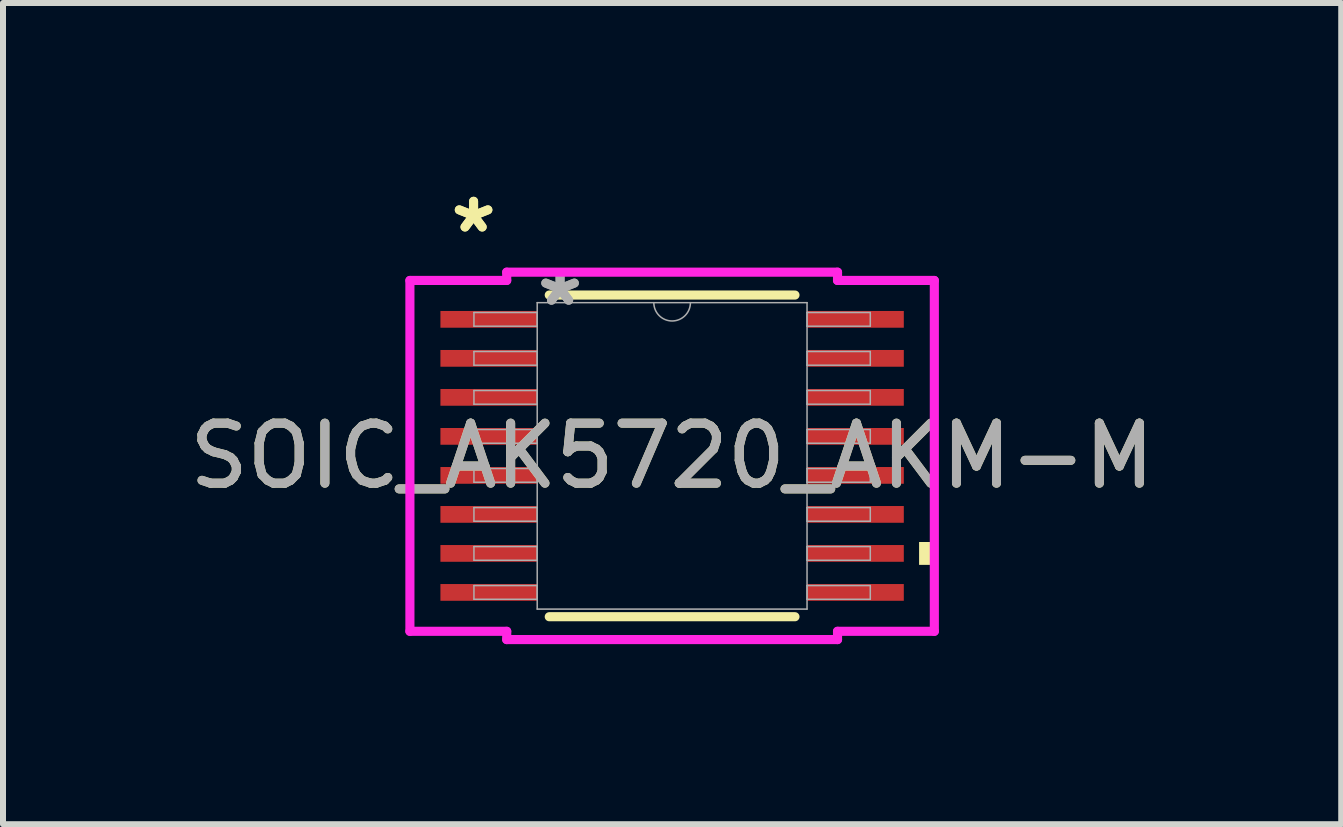
<source format=kicad_pcb>
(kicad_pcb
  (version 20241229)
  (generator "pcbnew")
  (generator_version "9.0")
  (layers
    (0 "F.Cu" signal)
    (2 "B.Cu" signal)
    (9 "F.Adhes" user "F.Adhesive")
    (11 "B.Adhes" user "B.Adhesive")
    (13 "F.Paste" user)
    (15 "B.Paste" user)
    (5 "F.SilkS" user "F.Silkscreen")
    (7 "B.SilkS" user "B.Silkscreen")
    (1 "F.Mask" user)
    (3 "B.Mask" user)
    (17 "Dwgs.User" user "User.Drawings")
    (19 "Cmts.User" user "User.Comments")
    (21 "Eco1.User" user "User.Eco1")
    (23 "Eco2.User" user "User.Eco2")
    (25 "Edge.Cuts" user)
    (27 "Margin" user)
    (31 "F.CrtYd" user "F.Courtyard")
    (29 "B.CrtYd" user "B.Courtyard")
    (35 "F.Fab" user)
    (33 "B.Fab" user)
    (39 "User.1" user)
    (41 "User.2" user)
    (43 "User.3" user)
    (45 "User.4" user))
  (footprint "SOIC_AK5720_AKM-M"
    (layer "F.Cu")
    (at 8.149 4.546)
    (property "Reference" "SOIC_AK5720_AKM-M" (at 0 0 0) (unlocked yes) (layer "F.SilkS") (effects (font (size 1 1) (thickness 0.15))))
    (attr smd)
    (fp_line (start -2.047 2.68) (end 2.047 2.68) (stroke (width 0.152) (type solid)) (layer "F.SilkS"))
    (fp_line (start 2.047 -2.68) (end -2.047 -2.68) (stroke (width 0.152) (type solid)) (layer "F.SilkS"))
    (fp_poly (pts (xy 4.369 1.435) (xy 4.369 1.816) (xy 4.115 1.816) (xy 4.115 1.435)) (stroke (width 0) (type solid)) (fill yes) (layer "F.SilkS"))
    (fp_line (start -4.369 -2.923) (end -2.756 -2.923) (stroke (width 0.152) (type solid)) (layer "F.CrtYd"))
    (fp_line (start -4.369 2.923) (end -4.369 -2.923) (stroke (width 0.152) (type solid)) (layer "F.CrtYd"))
    (fp_line (start -4.369 2.923) (end -2.756 2.923) (stroke (width 0.152) (type solid)) (layer "F.CrtYd"))
    (fp_line (start -2.756 -3.061) (end 2.756 -3.061) (stroke (width 0.152) (type solid)) (layer "F.CrtYd"))
    (fp_line (start -2.756 -2.923) (end -2.756 -3.061) (stroke (width 0.152) (type solid)) (layer "F.CrtYd"))
    (fp_line (start -2.756 3.061) (end -2.756 2.923) (stroke (width 0.152) (type solid)) (layer "F.CrtYd"))
    (fp_line (start 2.756 -3.061) (end 2.756 -2.923) (stroke (width 0.152) (type solid)) (layer "F.CrtYd"))
    (fp_line (start 2.756 2.923) (end 2.756 3.061) (stroke (width 0.152) (type solid)) (layer "F.CrtYd"))
    (fp_line (start 2.756 3.061) (end -2.756 3.061) (stroke (width 0.152) (type solid)) (layer "F.CrtYd"))
    (fp_line (start 4.369 -2.923) (end 2.756 -2.923) (stroke (width 0.152) (type solid)) (layer "F.CrtYd"))
    (fp_line (start 4.369 -2.923) (end 4.369 2.923) (stroke (width 0.152) (type solid)) (layer "F.CrtYd"))
    (fp_line (start 4.369 2.923) (end 2.756 2.923) (stroke (width 0.152) (type solid)) (layer "F.CrtYd"))
    (fp_line (start -3.302 -2.389) (end -3.302 -2.161) (stroke (width 0.025) (type solid)) (layer "F.Fab"))
    (fp_line (start -3.302 -2.161) (end -2.248 -2.161) (stroke (width 0.025) (type solid)) (layer "F.Fab"))
    (fp_line (start -3.302 -1.739) (end -3.302 -1.511) (stroke (width 0.025) (type solid)) (layer "F.Fab"))
    (fp_line (start -3.302 -1.511) (end -2.248 -1.511) (stroke (width 0.025) (type solid)) (layer "F.Fab"))
    (fp_line (start -3.302 -1.089) (end -3.302 -0.861) (stroke (width 0.025) (type solid)) (layer "F.Fab"))
    (fp_line (start -3.302 -0.861) (end -2.248 -0.861) (stroke (width 0.025) (type solid)) (layer "F.Fab"))
    (fp_line (start -3.302 -0.439) (end -3.302 -0.211) (stroke (width 0.025) (type solid)) (layer "F.Fab"))
    (fp_line (start -3.302 -0.211) (end -2.248 -0.211) (stroke (width 0.025) (type solid)) (layer "F.Fab"))
    (fp_line (start -3.302 0.211) (end -3.302 0.439) (stroke (width 0.025) (type solid)) (layer "F.Fab"))
    (fp_line (start -3.302 0.439) (end -2.248 0.439) (stroke (width 0.025) (type solid)) (layer "F.Fab"))
    (fp_line (start -3.302 0.861) (end -3.302 1.089) (stroke (width 0.025) (type solid)) (layer "F.Fab"))
    (fp_line (start -3.302 1.089) (end -2.248 1.089) (stroke (width 0.025) (type solid)) (layer "F.Fab"))
    (fp_line (start -3.302 1.511) (end -3.302 1.739) (stroke (width 0.025) (type solid)) (layer "F.Fab"))
    (fp_line (start -3.302 1.739) (end -2.248 1.739) (stroke (width 0.025) (type solid)) (layer "F.Fab"))
    (fp_line (start -3.302 2.161) (end -3.302 2.389) (stroke (width 0.025) (type solid)) (layer "F.Fab"))
    (fp_line (start -3.302 2.389) (end -2.248 2.389) (stroke (width 0.025) (type solid)) (layer "F.Fab"))
    (fp_line (start -2.248 -2.553) (end -2.248 2.553) (stroke (width 0.025) (type solid)) (layer "F.Fab"))
    (fp_line (start -2.248 -2.389) (end -3.302 -2.389) (stroke (width 0.025) (type solid)) (layer "F.Fab"))
    (fp_line (start -2.248 -2.161) (end -2.248 -2.389) (stroke (width 0.025) (type solid)) (layer "F.Fab"))
    (fp_line (start -2.248 -1.739) (end -3.302 -1.739) (stroke (width 0.025) (type solid)) (layer "F.Fab"))
    (fp_line (start -2.248 -1.511) (end -2.248 -1.739) (stroke (width 0.025) (type solid)) (layer "F.Fab"))
    (fp_line (start -2.248 -1.089) (end -3.302 -1.089) (stroke (width 0.025) (type solid)) (layer "F.Fab"))
    (fp_line (start -2.248 -0.861) (end -2.248 -1.089) (stroke (width 0.025) (type solid)) (layer "F.Fab"))
    (fp_line (start -2.248 -0.439) (end -3.302 -0.439) (stroke (width 0.025) (type solid)) (layer "F.Fab"))
    (fp_line (start -2.248 -0.211) (end -2.248 -0.439) (stroke (width 0.025) (type solid)) (layer "F.Fab"))
    (fp_line (start -2.248 0.211) (end -3.302 0.211) (stroke (width 0.025) (type solid)) (layer "F.Fab"))
    (fp_line (start -2.248 0.439) (end -2.248 0.211) (stroke (width 0.025) (type solid)) (layer "F.Fab"))
    (fp_line (start -2.248 0.861) (end -3.302 0.861) (stroke (width 0.025) (type solid)) (layer "F.Fab"))
    (fp_line (start -2.248 1.089) (end -2.248 0.861) (stroke (width 0.025) (type solid)) (layer "F.Fab"))
    (fp_line (start -2.248 1.511) (end -3.302 1.511) (stroke (width 0.025) (type solid)) (layer "F.Fab"))
    (fp_line (start -2.248 1.739) (end -2.248 1.511) (stroke (width 0.025) (type solid)) (layer "F.Fab"))
    (fp_line (start -2.248 2.161) (end -3.302 2.161) (stroke (width 0.025) (type solid)) (layer "F.Fab"))
    (fp_line (start -2.248 2.389) (end -2.248 2.161) (stroke (width 0.025) (type solid)) (layer "F.Fab"))
    (fp_line (start -2.248 2.553) (end 2.248 2.553) (stroke (width 0.025) (type solid)) (layer "F.Fab"))
    (fp_line (start 2.248 -2.553) (end -2.248 -2.553) (stroke (width 0.025) (type solid)) (layer "F.Fab"))
    (fp_line (start 2.248 -2.389) (end 2.248 -2.161) (stroke (width 0.025) (type solid)) (layer "F.Fab"))
    (fp_line (start 2.248 -2.161) (end 3.302 -2.161) (stroke (width 0.025) (type solid)) (layer "F.Fab"))
    (fp_line (start 2.248 -1.739) (end 2.248 -1.511) (stroke (width 0.025) (type solid)) (layer "F.Fab"))
    (fp_line (start 2.248 -1.511) (end 3.302 -1.511) (stroke (width 0.025) (type solid)) (layer "F.Fab"))
    (fp_line (start 2.248 -1.089) (end 2.248 -0.861) (stroke (width 0.025) (type solid)) (layer "F.Fab"))
    (fp_line (start 2.248 -0.861) (end 3.302 -0.861) (stroke (width 0.025) (type solid)) (layer "F.Fab"))
    (fp_line (start 2.248 -0.439) (end 2.248 -0.211) (stroke (width 0.025) (type solid)) (layer "F.Fab"))
    (fp_line (start 2.248 -0.211) (end 3.302 -0.211) (stroke (width 0.025) (type solid)) (layer "F.Fab"))
    (fp_line (start 2.248 0.211) (end 2.248 0.439) (stroke (width 0.025) (type solid)) (layer "F.Fab"))
    (fp_line (start 2.248 0.439) (end 3.302 0.439) (stroke (width 0.025) (type solid)) (layer "F.Fab"))
    (fp_line (start 2.248 0.861) (end 2.248 1.089) (stroke (width 0.025) (type solid)) (layer "F.Fab"))
    (fp_line (start 2.248 1.089) (end 3.302 1.089) (stroke (width 0.025) (type solid)) (layer "F.Fab"))
    (fp_line (start 2.248 1.511) (end 2.248 1.739) (stroke (width 0.025) (type solid)) (layer "F.Fab"))
    (fp_line (start 2.248 1.739) (end 3.302 1.739) (stroke (width 0.025) (type solid)) (layer "F.Fab"))
    (fp_line (start 2.248 2.161) (end 2.248 2.389) (stroke (width 0.025) (type solid)) (layer "F.Fab"))
    (fp_line (start 2.248 2.389) (end 3.302 2.389) (stroke (width 0.025) (type solid)) (layer "F.Fab"))
    (fp_line (start 2.248 2.553) (end 2.248 -2.553) (stroke (width 0.025) (type solid)) (layer "F.Fab"))
    (fp_line (start 3.302 -2.389) (end 2.248 -2.389) (stroke (width 0.025) (type solid)) (layer "F.Fab"))
    (fp_line (start 3.302 -2.161) (end 3.302 -2.389) (stroke (width 0.025) (type solid)) (layer "F.Fab"))
    (fp_line (start 3.302 -1.739) (end 2.248 -1.739) (stroke (width 0.025) (type solid)) (layer "F.Fab"))
    (fp_line (start 3.302 -1.511) (end 3.302 -1.739) (stroke (width 0.025) (type solid)) (layer "F.Fab"))
    (fp_line (start 3.302 -1.089) (end 2.248 -1.089) (stroke (width 0.025) (type solid)) (layer "F.Fab"))
    (fp_line (start 3.302 -0.861) (end 3.302 -1.089) (stroke (width 0.025) (type solid)) (layer "F.Fab"))
    (fp_line (start 3.302 -0.439) (end 2.248 -0.439) (stroke (width 0.025) (type solid)) (layer "F.Fab"))
    (fp_line (start 3.302 -0.211) (end 3.302 -0.439) (stroke (width 0.025) (type solid)) (layer "F.Fab"))
    (fp_line (start 3.302 0.211) (end 2.248 0.211) (stroke (width 0.025) (type solid)) (layer "F.Fab"))
    (fp_line (start 3.302 0.439) (end 3.302 0.211) (stroke (width 0.025) (type solid)) (layer "F.Fab"))
    (fp_line (start 3.302 0.861) (end 2.248 0.861) (stroke (width 0.025) (type solid)) (layer "F.Fab"))
    (fp_line (start 3.302 1.089) (end 3.302 0.861) (stroke (width 0.025) (type solid)) (layer "F.Fab"))
    (fp_line (start 3.302 1.511) (end 2.248 1.511) (stroke (width 0.025) (type solid)) (layer "F.Fab"))
    (fp_line (start 3.302 1.739) (end 3.302 1.511) (stroke (width 0.025) (type solid)) (layer "F.Fab"))
    (fp_line (start 3.302 2.161) (end 2.248 2.161) (stroke (width 0.025) (type solid)) (layer "F.Fab"))
    (fp_line (start 3.302 2.389) (end 3.302 2.161) (stroke (width 0.025) (type solid)) (layer "F.Fab"))
    (fp_arc (start 0.3048 -2.5527) (mid 0 -2.2479) (end -0.3048 -2.5527) (stroke (width 0.0254) (type solid)) (layer "F.Fab"))
    (fp_text user "*" (at -3.308 -3.697 0) (layer "F.SilkS") (effects (font (size 1 1) (thickness 0.15))))
    (fp_text user "*" (at -3.308 -3.697 0) (unlocked yes) (layer "F.SilkS") (effects (font (size 1 1) (thickness 0.15))))
    (fp_text user "*" (at -1.867 -2.477 0) (unlocked yes) (layer "F.Fab") (effects (font (size 1 1) (thickness 0.15))))
    (fp_text user "*" (at -1.867 -2.477 0) (layer "F.Fab") (effects (font (size 1 1) (thickness 0.15))))
    (fp_text user "${REFERENCE}" (at 0 0 0) (unlocked yes) (layer "F.Fab") (effects (font (size 1 1) (thickness 0.15))))
    (pad "1" smd rect (at -3.054 -2.275) (size 1.613 0.279) (layers "F.Cu" "F.Mask" "F.Paste"))
    (pad "2" smd rect (at -3.054 -1.625) (size 1.613 0.279) (layers "F.Cu" "F.Mask" "F.Paste"))
    (pad "3" smd rect (at -3.054 -0.975) (size 1.613 0.279) (layers "F.Cu" "F.Mask" "F.Paste"))
    (pad "4" smd rect (at -3.054 -0.325) (size 1.613 0.279) (layers "F.Cu" "F.Mask" "F.Paste"))
    (pad "5" smd rect (at -3.054 0.325) (size 1.613 0.279) (layers "F.Cu" "F.Mask" "F.Paste"))
    (pad "6" smd rect (at -3.054 0.975) (size 1.613 0.279) (layers "F.Cu" "F.Mask" "F.Paste"))
    (pad "7" smd rect (at -3.054 1.625) (size 1.613 0.279) (layers "F.Cu" "F.Mask" "F.Paste"))
    (pad "8" smd rect (at -3.054 2.275) (size 1.613 0.279) (layers "F.Cu" "F.Mask" "F.Paste"))
    (pad "9" smd rect (at 3.054 2.275) (size 1.613 0.279) (layers "F.Cu" "F.Mask" "F.Paste"))
    (pad "10" smd rect (at 3.054 1.625) (size 1.613 0.279) (layers "F.Cu" "F.Mask" "F.Paste"))
    (pad "11" smd rect (at 3.054 0.975) (size 1.613 0.279) (layers "F.Cu" "F.Mask" "F.Paste"))
    (pad "12" smd rect (at 3.054 0.325) (size 1.613 0.279) (layers "F.Cu" "F.Mask" "F.Paste"))
    (pad "13" smd rect (at 3.054 -0.325) (size 1.613 0.279) (layers "F.Cu" "F.Mask" "F.Paste"))
    (pad "14" smd rect (at 3.054 -0.975) (size 1.613 0.279) (layers "F.Cu" "F.Mask" "F.Paste"))
    (pad "15" smd rect (at 3.054 -1.625) (size 1.613 0.279) (layers "F.Cu" "F.Mask" "F.Paste"))
    (pad "16" smd rect (at 3.054 -2.275) (size 1.613 0.279) (layers "F.Cu" "F.Mask" "F.Paste")))
  (gr_rect
    (start -3 -3)
    (end 19.298 10.683)
    (stroke (width 0.1) (type default))
    (fill no)
    (layer "Edge.Cuts")))
</source>
